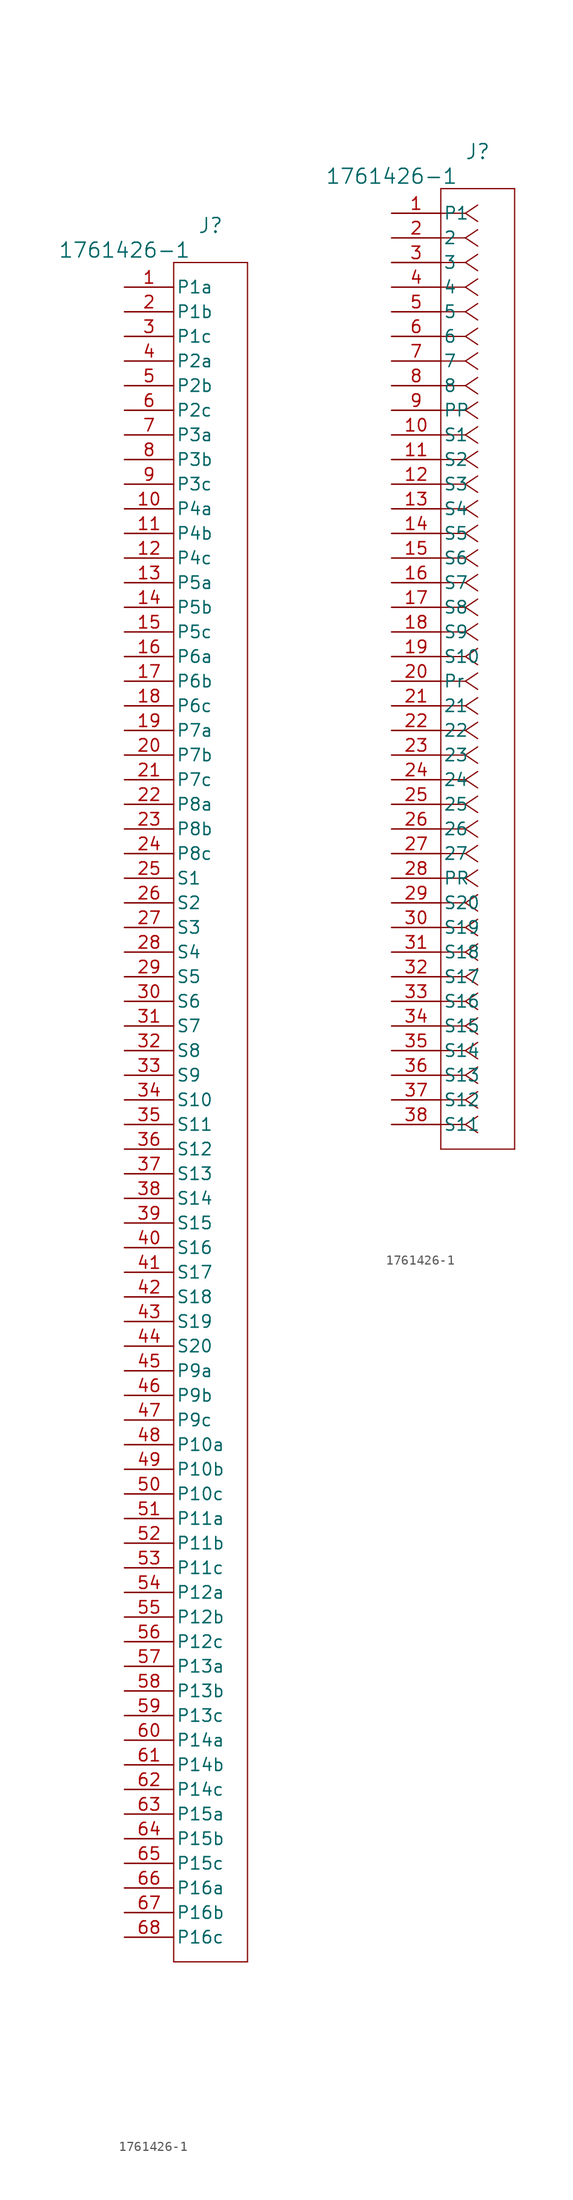
<source format=kicad_sym>
(kicad_symbol_lib
  (version 20220914)
  (generator kicad_symbol_editor)
  (symbol "1761426-1"
    (pin_names
      (offset 0.254))
    (property "Reference" "J"
      (at 8.89 6.35 0)
      (effects (font (size 1.524 1.524))))
    (property "Value" "1761426-1"
      (at 0 3.81 0)
      (effects (font (size 1.524 1.524))))
    (symbol "1761426-1_1_1"
      (polyline (pts (xy 5.08 -172.72) (xy 12.7 -172.72)) (stroke (width 0.127) (type default)) (fill (type none)))
      (polyline (pts (xy 5.08 2.54) (xy 5.08 -172.72)) (stroke (width 0.127) (type default)) (fill (type none)))
      (polyline (pts (xy 12.7 -172.72) (xy 12.7 2.54)) (stroke (width 0.127) (type default)) (fill (type none)))
      (polyline (pts (xy 12.7 2.54) (xy 5.08 2.54)) (stroke (width 0.127) (type default)) (fill (type none)))
      (pin unspecified line (at 0 0 0) (length 5.08) (name "P1a" (effects (font (size 1.27 1.27)))) (number "1" (effects (font (size 1.27 1.27)))))
      (pin unspecified line (at 0 -22.86 0) (length 5.08) (name "P4a" (effects (font (size 1.27 1.27)))) (number "10" (effects (font (size 1.27 1.27)))))
      (pin unspecified line (at 0 -25.4 0) (length 5.08) (name "P4b" (effects (font (size 1.27 1.27)))) (number "11" (effects (font (size 1.27 1.27)))))
      (pin unspecified line (at 0 -27.94 0) (length 5.08) (name "P4c" (effects (font (size 1.27 1.27)))) (number "12" (effects (font (size 1.27 1.27)))))
      (pin unspecified line (at 0 -30.48 0) (length 5.08) (name "P5a" (effects (font (size 1.27 1.27)))) (number "13" (effects (font (size 1.27 1.27)))))
      (pin unspecified line (at 0 -33.02 0) (length 5.08) (name "P5b" (effects (font (size 1.27 1.27)))) (number "14" (effects (font (size 1.27 1.27)))))
      (pin unspecified line (at 0 -35.56 0) (length 5.08) (name "P5c" (effects (font (size 1.27 1.27)))) (number "15" (effects (font (size 1.27 1.27)))))
      (pin unspecified line (at 0 -38.1 0) (length 5.08) (name "P6a" (effects (font (size 1.27 1.27)))) (number "16" (effects (font (size 1.27 1.27)))))
      (pin unspecified line (at 0 -40.64 0) (length 5.08) (name "P6b" (effects (font (size 1.27 1.27)))) (number "17" (effects (font (size 1.27 1.27)))))
      (pin unspecified line (at 0 -43.18 0) (length 5.08) (name "P6c" (effects (font (size 1.27 1.27)))) (number "18" (effects (font (size 1.27 1.27)))))
      (pin unspecified line (at 0 -45.72 0) (length 5.08) (name "P7a" (effects (font (size 1.27 1.27)))) (number "19" (effects (font (size 1.27 1.27)))))
      (pin unspecified line (at 0 -2.54 0) (length 5.08) (name "P1b" (effects (font (size 1.27 1.27)))) (number "2" (effects (font (size 1.27 1.27)))))
      (pin unspecified line (at 0 -48.26 0) (length 5.08) (name "P7b" (effects (font (size 1.27 1.27)))) (number "20" (effects (font (size 1.27 1.27)))))
      (pin unspecified line (at 0 -50.8 0) (length 5.08) (name "P7c" (effects (font (size 1.27 1.27)))) (number "21" (effects (font (size 1.27 1.27)))))
      (pin unspecified line (at 0 -53.34 0) (length 5.08) (name "P8a" (effects (font (size 1.27 1.27)))) (number "22" (effects (font (size 1.27 1.27)))))
      (pin unspecified line (at 0 -55.88 0) (length 5.08) (name "P8b" (effects (font (size 1.27 1.27)))) (number "23" (effects (font (size 1.27 1.27)))))
      (pin unspecified line (at 0 -58.42 0) (length 5.08) (name "P8c" (effects (font (size 1.27 1.27)))) (number "24" (effects (font (size 1.27 1.27)))))
      (pin unspecified line (at 0 -60.96 0) (length 5.08) (name "S1" (effects (font (size 1.27 1.27)))) (number "25" (effects (font (size 1.27 1.27)))))
      (pin unspecified line (at 0 -63.5 0) (length 5.08) (name "S2" (effects (font (size 1.27 1.27)))) (number "26" (effects (font (size 1.27 1.27)))))
      (pin unspecified line (at 0 -66.04 0) (length 5.08) (name "S3" (effects (font (size 1.27 1.27)))) (number "27" (effects (font (size 1.27 1.27)))))
      (pin unspecified line (at 0 -68.58 0) (length 5.08) (name "S4" (effects (font (size 1.27 1.27)))) (number "28" (effects (font (size 1.27 1.27)))))
      (pin unspecified line (at 0 -71.12 0) (length 5.08) (name "S5" (effects (font (size 1.27 1.27)))) (number "29" (effects (font (size 1.27 1.27)))))
      (pin unspecified line (at 0 -5.08 0) (length 5.08) (name "P1c" (effects (font (size 1.27 1.27)))) (number "3" (effects (font (size 1.27 1.27)))))
      (pin unspecified line (at 0 -73.66 0) (length 5.08) (name "S6" (effects (font (size 1.27 1.27)))) (number "30" (effects (font (size 1.27 1.27)))))
      (pin unspecified line (at 0 -76.2 0) (length 5.08) (name "S7" (effects (font (size 1.27 1.27)))) (number "31" (effects (font (size 1.27 1.27)))))
      (pin unspecified line (at 0 -78.74 0) (length 5.08) (name "S8" (effects (font (size 1.27 1.27)))) (number "32" (effects (font (size 1.27 1.27)))))
      (pin unspecified line (at 0 -81.28 0) (length 5.08) (name "S9" (effects (font (size 1.27 1.27)))) (number "33" (effects (font (size 1.27 1.27)))))
      (pin unspecified line (at 0 -83.82 0) (length 5.08) (name "S10" (effects (font (size 1.27 1.27)))) (number "34" (effects (font (size 1.27 1.27)))))
      (pin unspecified line (at 0 -86.36 0) (length 5.08) (name "S11" (effects (font (size 1.27 1.27)))) (number "35" (effects (font (size 1.27 1.27)))))
      (pin unspecified line (at 0 -88.9 0) (length 5.08) (name "S12" (effects (font (size 1.27 1.27)))) (number "36" (effects (font (size 1.27 1.27)))))
      (pin unspecified line (at 0 -91.44 0) (length 5.08) (name "S13" (effects (font (size 1.27 1.27)))) (number "37" (effects (font (size 1.27 1.27)))))
      (pin unspecified line (at 0 -93.98 0) (length 5.08) (name "S14" (effects (font (size 1.27 1.27)))) (number "38" (effects (font (size 1.27 1.27)))))
      (pin unspecified line (at 0 -96.52 0) (length 5.08) (name "S15" (effects (font (size 1.27 1.27)))) (number "39" (effects (font (size 1.27 1.27)))))
      (pin unspecified line (at 0 -7.62 0) (length 5.08) (name "P2a" (effects (font (size 1.27 1.27)))) (number "4" (effects (font (size 1.27 1.27)))))
      (pin unspecified line (at 0 -99.06 0) (length 5.08) (name "S16" (effects (font (size 1.27 1.27)))) (number "40" (effects (font (size 1.27 1.27)))))
      (pin unspecified line (at 0 -101.6 0) (length 5.08) (name "S17" (effects (font (size 1.27 1.27)))) (number "41" (effects (font (size 1.27 1.27)))))
      (pin unspecified line (at 0 -104.14 0) (length 5.08) (name "S18" (effects (font (size 1.27 1.27)))) (number "42" (effects (font (size 1.27 1.27)))))
      (pin unspecified line (at 0 -106.68 0) (length 5.08) (name "S19" (effects (font (size 1.27 1.27)))) (number "43" (effects (font (size 1.27 1.27)))))
      (pin unspecified line (at 0 -109.22 0) (length 5.08) (name "S20" (effects (font (size 1.27 1.27)))) (number "44" (effects (font (size 1.27 1.27)))))
      (pin unspecified line (at 0 -111.76 0) (length 5.08) (name "P9a" (effects (font (size 1.27 1.27)))) (number "45" (effects (font (size 1.27 1.27)))))
      (pin unspecified line (at 0 -114.3 0) (length 5.08) (name "P9b" (effects (font (size 1.27 1.27)))) (number "46" (effects (font (size 1.27 1.27)))))
      (pin unspecified line (at 0 -116.84 0) (length 5.08) (name "P9c" (effects (font (size 1.27 1.27)))) (number "47" (effects (font (size 1.27 1.27)))))
      (pin unspecified line (at 0 -119.38 0) (length 5.08) (name "P10a" (effects (font (size 1.27 1.27)))) (number "48" (effects (font (size 1.27 1.27)))))
      (pin unspecified line (at 0 -121.92 0) (length 5.08) (name "P10b" (effects (font (size 1.27 1.27)))) (number "49" (effects (font (size 1.27 1.27)))))
      (pin unspecified line (at 0 -10.16 0) (length 5.08) (name "P2b" (effects (font (size 1.27 1.27)))) (number "5" (effects (font (size 1.27 1.27)))))
      (pin unspecified line (at 0 -124.46 0) (length 5.08) (name "P10c" (effects (font (size 1.27 1.27)))) (number "50" (effects (font (size 1.27 1.27)))))
      (pin unspecified line (at 0 -127 0) (length 5.08) (name "P11a" (effects (font (size 1.27 1.27)))) (number "51" (effects (font (size 1.27 1.27)))))
      (pin unspecified line (at 0 -129.54 0) (length 5.08) (name "P11b" (effects (font (size 1.27 1.27)))) (number "52" (effects (font (size 1.27 1.27)))))
      (pin unspecified line (at 0 -132.08 0) (length 5.08) (name "P11c" (effects (font (size 1.27 1.27)))) (number "53" (effects (font (size 1.27 1.27)))))
      (pin unspecified line (at 0 -134.62 0) (length 5.08) (name "P12a" (effects (font (size 1.27 1.27)))) (number "54" (effects (font (size 1.27 1.27)))))
      (pin unspecified line (at 0 -137.16 0) (length 5.08) (name "P12b" (effects (font (size 1.27 1.27)))) (number "55" (effects (font (size 1.27 1.27)))))
      (pin unspecified line (at 0 -139.7 0) (length 5.08) (name "P12c" (effects (font (size 1.27 1.27)))) (number "56" (effects (font (size 1.27 1.27)))))
      (pin unspecified line (at 0 -142.24 0) (length 5.08) (name "P13a" (effects (font (size 1.27 1.27)))) (number "57" (effects (font (size 1.27 1.27)))))
      (pin unspecified line (at 0 -144.78 0) (length 5.08) (name "P13b" (effects (font (size 1.27 1.27)))) (number "58" (effects (font (size 1.27 1.27)))))
      (pin unspecified line (at 0 -147.32 0) (length 5.08) (name "P13c" (effects (font (size 1.27 1.27)))) (number "59" (effects (font (size 1.27 1.27)))))
      (pin unspecified line (at 0 -12.7 0) (length 5.08) (name "P2c" (effects (font (size 1.27 1.27)))) (number "6" (effects (font (size 1.27 1.27)))))
      (pin unspecified line (at 0 -149.86 0) (length 5.08) (name "P14a" (effects (font (size 1.27 1.27)))) (number "60" (effects (font (size 1.27 1.27)))))
      (pin unspecified line (at 0 -152.4 0) (length 5.08) (name "P14b" (effects (font (size 1.27 1.27)))) (number "61" (effects (font (size 1.27 1.27)))))
      (pin unspecified line (at 0 -154.94 0) (length 5.08) (name "P14c" (effects (font (size 1.27 1.27)))) (number "62" (effects (font (size 1.27 1.27)))))
      (pin unspecified line (at 0 -157.48 0) (length 5.08) (name "P15a" (effects (font (size 1.27 1.27)))) (number "63" (effects (font (size 1.27 1.27)))))
      (pin unspecified line (at 0 -160.02 0) (length 5.08) (name "P15b" (effects (font (size 1.27 1.27)))) (number "64" (effects (font (size 1.27 1.27)))))
      (pin unspecified line (at 0 -162.56 0) (length 5.08) (name "P15c" (effects (font (size 1.27 1.27)))) (number "65" (effects (font (size 1.27 1.27)))))
      (pin unspecified line (at 0 -165.1 0) (length 5.08) (name "P16a" (effects (font (size 1.27 1.27)))) (number "66" (effects (font (size 1.27 1.27)))))
      (pin unspecified line (at 0 -167.64 0) (length 5.08) (name "P16b" (effects (font (size 1.27 1.27)))) (number "67" (effects (font (size 1.27 1.27)))))
      (pin unspecified line (at 0 -170.18 0) (length 5.08) (name "P16c" (effects (font (size 1.27 1.27)))) (number "68" (effects (font (size 1.27 1.27)))))
      (pin unspecified line (at 0 -15.24 0) (length 5.08) (name "P3a" (effects (font (size 1.27 1.27)))) (number "7" (effects (font (size 1.27 1.27)))))
      (pin unspecified line (at 0 -17.78 0) (length 5.08) (name "P3b" (effects (font (size 1.27 1.27)))) (number "8" (effects (font (size 1.27 1.27)))))
      (pin unspecified line (at 0 -20.32 0) (length 5.08) (name "P3c" (effects (font (size 1.27 1.27)))) (number "9" (effects (font (size 1.27 1.27))))))
    (symbol "1761426-1_1_2"
      (polyline (pts (xy 5.08 -96.52) (xy 12.7 -96.52)) (stroke (width 0.127) (type default)) (fill (type none)))
      (polyline (pts (xy 5.08 2.54) (xy 5.08 -96.52)) (stroke (width 0.127) (type default)) (fill (type none)))
      (polyline (pts (xy 7.62 -93.98) (xy 5.08 -93.98)) (stroke (width 0.127) (type default)) (fill (type none)))
      (polyline (pts (xy 7.62 -93.98) (xy 8.89 -94.827)) (stroke (width 0.127) (type default)) (fill (type none)))
      (polyline (pts (xy 7.62 -93.98) (xy 8.89 -93.133)) (stroke (width 0.127) (type default)) (fill (type none)))
      (polyline (pts (xy 7.62 -91.44) (xy 5.08 -91.44)) (stroke (width 0.127) (type default)) (fill (type none)))
      (polyline (pts (xy 7.62 -91.44) (xy 8.89 -92.287)) (stroke (width 0.127) (type default)) (fill (type none)))
      (polyline (pts (xy 7.62 -91.44) (xy 8.89 -90.593)) (stroke (width 0.127) (type default)) (fill (type none)))
      (polyline (pts (xy 7.62 -88.9) (xy 5.08 -88.9)) (stroke (width 0.127) (type default)) (fill (type none)))
      (polyline (pts (xy 7.62 -88.9) (xy 8.89 -89.747)) (stroke (width 0.127) (type default)) (fill (type none)))
      (polyline (pts (xy 7.62 -88.9) (xy 8.89 -88.053)) (stroke (width 0.127) (type default)) (fill (type none)))
      (polyline (pts (xy 7.62 -86.36) (xy 5.08 -86.36)) (stroke (width 0.127) (type default)) (fill (type none)))
      (polyline (pts (xy 7.62 -86.36) (xy 8.89 -87.207)) (stroke (width 0.127) (type default)) (fill (type none)))
      (polyline (pts (xy 7.62 -86.36) (xy 8.89 -85.513)) (stroke (width 0.127) (type default)) (fill (type none)))
      (polyline (pts (xy 7.62 -83.82) (xy 5.08 -83.82)) (stroke (width 0.127) (type default)) (fill (type none)))
      (polyline (pts (xy 7.62 -83.82) (xy 8.89 -84.667)) (stroke (width 0.127) (type default)) (fill (type none)))
      (polyline (pts (xy 7.62 -83.82) (xy 8.89 -82.973)) (stroke (width 0.127) (type default)) (fill (type none)))
      (polyline (pts (xy 7.62 -81.28) (xy 5.08 -81.28)) (stroke (width 0.127) (type default)) (fill (type none)))
      (polyline (pts (xy 7.62 -81.28) (xy 8.89 -82.127)) (stroke (width 0.127) (type default)) (fill (type none)))
      (polyline (pts (xy 7.62 -81.28) (xy 8.89 -80.433)) (stroke (width 0.127) (type default)) (fill (type none)))
      (polyline (pts (xy 7.62 -78.74) (xy 5.08 -78.74)) (stroke (width 0.127) (type default)) (fill (type none)))
      (polyline (pts (xy 7.62 -78.74) (xy 8.89 -79.587)) (stroke (width 0.127) (type default)) (fill (type none)))
      (polyline (pts (xy 7.62 -78.74) (xy 8.89 -77.893)) (stroke (width 0.127) (type default)) (fill (type none)))
      (polyline (pts (xy 7.62 -76.2) (xy 5.08 -76.2)) (stroke (width 0.127) (type default)) (fill (type none)))
      (polyline (pts (xy 7.62 -76.2) (xy 8.89 -77.047)) (stroke (width 0.127) (type default)) (fill (type none)))
      (polyline (pts (xy 7.62 -76.2) (xy 8.89 -75.353)) (stroke (width 0.127) (type default)) (fill (type none)))
      (polyline (pts (xy 7.62 -73.66) (xy 5.08 -73.66)) (stroke (width 0.127) (type default)) (fill (type none)))
      (polyline (pts (xy 7.62 -73.66) (xy 8.89 -74.507)) (stroke (width 0.127) (type default)) (fill (type none)))
      (polyline (pts (xy 7.62 -73.66) (xy 8.89 -72.813)) (stroke (width 0.127) (type default)) (fill (type none)))
      (polyline (pts (xy 7.62 -71.12) (xy 5.08 -71.12)) (stroke (width 0.127) (type default)) (fill (type none)))
      (polyline (pts (xy 7.62 -71.12) (xy 8.89 -71.967)) (stroke (width 0.127) (type default)) (fill (type none)))
      (polyline (pts (xy 7.62 -71.12) (xy 8.89 -70.273)) (stroke (width 0.127) (type default)) (fill (type none)))
      (polyline (pts (xy 7.62 -68.58) (xy 5.08 -68.58)) (stroke (width 0.127) (type default)) (fill (type none)))
      (polyline (pts (xy 7.62 -68.58) (xy 8.89 -69.427)) (stroke (width 0.127) (type default)) (fill (type none)))
      (polyline (pts (xy 7.62 -68.58) (xy 8.89 -67.733)) (stroke (width 0.127) (type default)) (fill (type none)))
      (polyline (pts (xy 7.62 -66.04) (xy 5.08 -66.04)) (stroke (width 0.127) (type default)) (fill (type none)))
      (polyline (pts (xy 7.62 -66.04) (xy 8.89 -66.887)) (stroke (width 0.127) (type default)) (fill (type none)))
      (polyline (pts (xy 7.62 -66.04) (xy 8.89 -65.193)) (stroke (width 0.127) (type default)) (fill (type none)))
      (polyline (pts (xy 7.62 -63.5) (xy 5.08 -63.5)) (stroke (width 0.127) (type default)) (fill (type none)))
      (polyline (pts (xy 7.62 -63.5) (xy 8.89 -64.347)) (stroke (width 0.127) (type default)) (fill (type none)))
      (polyline (pts (xy 7.62 -63.5) (xy 8.89 -62.653)) (stroke (width 0.127) (type default)) (fill (type none)))
      (polyline (pts (xy 7.62 -60.96) (xy 5.08 -60.96)) (stroke (width 0.127) (type default)) (fill (type none)))
      (polyline (pts (xy 7.62 -60.96) (xy 8.89 -61.807)) (stroke (width 0.127) (type default)) (fill (type none)))
      (polyline (pts (xy 7.62 -60.96) (xy 8.89 -60.113)) (stroke (width 0.127) (type default)) (fill (type none)))
      (polyline (pts (xy 7.62 -58.42) (xy 5.08 -58.42)) (stroke (width 0.127) (type default)) (fill (type none)))
      (polyline (pts (xy 7.62 -58.42) (xy 8.89 -59.267)) (stroke (width 0.127) (type default)) (fill (type none)))
      (polyline (pts (xy 7.62 -58.42) (xy 8.89 -57.573)) (stroke (width 0.127) (type default)) (fill (type none)))
      (polyline (pts (xy 7.62 -55.88) (xy 5.08 -55.88)) (stroke (width 0.127) (type default)) (fill (type none)))
      (polyline (pts (xy 7.62 -55.88) (xy 8.89 -56.727)) (stroke (width 0.127) (type default)) (fill (type none)))
      (polyline (pts (xy 7.62 -55.88) (xy 8.89 -55.033)) (stroke (width 0.127) (type default)) (fill (type none)))
      (polyline (pts (xy 7.62 -53.34) (xy 5.08 -53.34)) (stroke (width 0.127) (type default)) (fill (type none)))
      (polyline (pts (xy 7.62 -53.34) (xy 8.89 -54.187)) (stroke (width 0.127) (type default)) (fill (type none)))
      (polyline (pts (xy 7.62 -53.34) (xy 8.89 -52.493)) (stroke (width 0.127) (type default)) (fill (type none)))
      (polyline (pts (xy 7.62 -50.8) (xy 5.08 -50.8)) (stroke (width 0.127) (type default)) (fill (type none)))
      (polyline (pts (xy 7.62 -50.8) (xy 8.89 -51.647)) (stroke (width 0.127) (type default)) (fill (type none)))
      (polyline (pts (xy 7.62 -50.8) (xy 8.89 -49.953)) (stroke (width 0.127) (type default)) (fill (type none)))
      (polyline (pts (xy 7.62 -48.26) (xy 5.08 -48.26)) (stroke (width 0.127) (type default)) (fill (type none)))
      (polyline (pts (xy 7.62 -48.26) (xy 8.89 -49.107)) (stroke (width 0.127) (type default)) (fill (type none)))
      (polyline (pts (xy 7.62 -48.26) (xy 8.89 -47.413)) (stroke (width 0.127) (type default)) (fill (type none)))
      (polyline (pts (xy 7.62 -45.72) (xy 5.08 -45.72)) (stroke (width 0.127) (type default)) (fill (type none)))
      (polyline (pts (xy 7.62 -45.72) (xy 8.89 -46.567)) (stroke (width 0.127) (type default)) (fill (type none)))
      (polyline (pts (xy 7.62 -45.72) (xy 8.89 -44.873)) (stroke (width 0.127) (type default)) (fill (type none)))
      (polyline (pts (xy 7.62 -43.18) (xy 5.08 -43.18)) (stroke (width 0.127) (type default)) (fill (type none)))
      (polyline (pts (xy 7.62 -43.18) (xy 8.89 -44.027)) (stroke (width 0.127) (type default)) (fill (type none)))
      (polyline (pts (xy 7.62 -43.18) (xy 8.89 -42.333)) (stroke (width 0.127) (type default)) (fill (type none)))
      (polyline (pts (xy 7.62 -40.64) (xy 5.08 -40.64)) (stroke (width 0.127) (type default)) (fill (type none)))
      (polyline (pts (xy 7.62 -40.64) (xy 8.89 -41.487)) (stroke (width 0.127) (type default)) (fill (type none)))
      (polyline (pts (xy 7.62 -40.64) (xy 8.89 -39.793)) (stroke (width 0.127) (type default)) (fill (type none)))
      (polyline (pts (xy 7.62 -38.1) (xy 5.08 -38.1)) (stroke (width 0.127) (type default)) (fill (type none)))
      (polyline (pts (xy 7.62 -38.1) (xy 8.89 -38.947)) (stroke (width 0.127) (type default)) (fill (type none)))
      (polyline (pts (xy 7.62 -38.1) (xy 8.89 -37.253)) (stroke (width 0.127) (type default)) (fill (type none)))
      (polyline (pts (xy 7.62 -35.56) (xy 5.08 -35.56)) (stroke (width 0.127) (type default)) (fill (type none)))
      (polyline (pts (xy 7.62 -35.56) (xy 8.89 -36.407)) (stroke (width 0.127) (type default)) (fill (type none)))
      (polyline (pts (xy 7.62 -35.56) (xy 8.89 -34.713)) (stroke (width 0.127) (type default)) (fill (type none)))
      (polyline (pts (xy 7.62 -33.02) (xy 5.08 -33.02)) (stroke (width 0.127) (type default)) (fill (type none)))
      (polyline (pts (xy 7.62 -33.02) (xy 8.89 -33.867)) (stroke (width 0.127) (type default)) (fill (type none)))
      (polyline (pts (xy 7.62 -33.02) (xy 8.89 -32.173)) (stroke (width 0.127) (type default)) (fill (type none)))
      (polyline (pts (xy 7.62 -30.48) (xy 5.08 -30.48)) (stroke (width 0.127) (type default)) (fill (type none)))
      (polyline (pts (xy 7.62 -30.48) (xy 8.89 -31.327)) (stroke (width 0.127) (type default)) (fill (type none)))
      (polyline (pts (xy 7.62 -30.48) (xy 8.89 -29.633)) (stroke (width 0.127) (type default)) (fill (type none)))
      (polyline (pts (xy 7.62 -27.94) (xy 5.08 -27.94)) (stroke (width 0.127) (type default)) (fill (type none)))
      (polyline (pts (xy 7.62 -27.94) (xy 8.89 -28.787)) (stroke (width 0.127) (type default)) (fill (type none)))
      (polyline (pts (xy 7.62 -27.94) (xy 8.89 -27.093)) (stroke (width 0.127) (type default)) (fill (type none)))
      (polyline (pts (xy 7.62 -25.4) (xy 5.08 -25.4)) (stroke (width 0.127) (type default)) (fill (type none)))
      (polyline (pts (xy 7.62 -25.4) (xy 8.89 -26.247)) (stroke (width 0.127) (type default)) (fill (type none)))
      (polyline (pts (xy 7.62 -25.4) (xy 8.89 -24.553)) (stroke (width 0.127) (type default)) (fill (type none)))
      (polyline (pts (xy 7.62 -22.86) (xy 5.08 -22.86)) (stroke (width 0.127) (type default)) (fill (type none)))
      (polyline (pts (xy 7.62 -22.86) (xy 8.89 -23.707)) (stroke (width 0.127) (type default)) (fill (type none)))
      (polyline (pts (xy 7.62 -22.86) (xy 8.89 -22.013)) (stroke (width 0.127) (type default)) (fill (type none)))
      (polyline (pts (xy 7.62 -20.32) (xy 5.08 -20.32)) (stroke (width 0.127) (type default)) (fill (type none)))
      (polyline (pts (xy 7.62 -20.32) (xy 8.89 -21.167)) (stroke (width 0.127) (type default)) (fill (type none)))
      (polyline (pts (xy 7.62 -20.32) (xy 8.89 -19.473)) (stroke (width 0.127) (type default)) (fill (type none)))
      (polyline (pts (xy 7.62 -17.78) (xy 5.08 -17.78)) (stroke (width 0.127) (type default)) (fill (type none)))
      (polyline (pts (xy 7.62 -17.78) (xy 8.89 -18.627)) (stroke (width 0.127) (type default)) (fill (type none)))
      (polyline (pts (xy 7.62 -17.78) (xy 8.89 -16.933)) (stroke (width 0.127) (type default)) (fill (type none)))
      (polyline (pts (xy 7.62 -15.24) (xy 5.08 -15.24)) (stroke (width 0.127) (type default)) (fill (type none)))
      (polyline (pts (xy 7.62 -15.24) (xy 8.89 -16.087)) (stroke (width 0.127) (type default)) (fill (type none)))
      (polyline (pts (xy 7.62 -15.24) (xy 8.89 -14.393)) (stroke (width 0.127) (type default)) (fill (type none)))
      (polyline (pts (xy 7.62 -12.7) (xy 5.08 -12.7)) (stroke (width 0.127) (type default)) (fill (type none)))
      (polyline (pts (xy 7.62 -12.7) (xy 8.89 -13.547)) (stroke (width 0.127) (type default)) (fill (type none)))
      (polyline (pts (xy 7.62 -12.7) (xy 8.89 -11.853)) (stroke (width 0.127) (type default)) (fill (type none)))
      (polyline (pts (xy 7.62 -10.16) (xy 5.08 -10.16)) (stroke (width 0.127) (type default)) (fill (type none)))
      (polyline (pts (xy 7.62 -10.16) (xy 8.89 -11.007)) (stroke (width 0.127) (type default)) (fill (type none)))
      (polyline (pts (xy 7.62 -10.16) (xy 8.89 -9.313)) (stroke (width 0.127) (type default)) (fill (type none)))
      (polyline (pts (xy 7.62 -7.62) (xy 5.08 -7.62)) (stroke (width 0.127) (type default)) (fill (type none)))
      (polyline (pts (xy 7.62 -7.62) (xy 8.89 -8.467)) (stroke (width 0.127) (type default)) (fill (type none)))
      (polyline (pts (xy 7.62 -7.62) (xy 8.89 -6.773)) (stroke (width 0.127) (type default)) (fill (type none)))
      (polyline (pts (xy 7.62 -5.08) (xy 5.08 -5.08)) (stroke (width 0.127) (type default)) (fill (type none)))
      (polyline (pts (xy 7.62 -5.08) (xy 8.89 -5.927)) (stroke (width 0.127) (type default)) (fill (type none)))
      (polyline (pts (xy 7.62 -5.08) (xy 8.89 -4.233)) (stroke (width 0.127) (type default)) (fill (type none)))
      (polyline (pts (xy 7.62 -2.54) (xy 5.08 -2.54)) (stroke (width 0.127) (type default)) (fill (type none)))
      (polyline (pts (xy 7.62 -2.54) (xy 8.89 -3.387)) (stroke (width 0.127) (type default)) (fill (type none)))
      (polyline (pts (xy 7.62 -2.54) (xy 8.89 -1.693)) (stroke (width 0.127) (type default)) (fill (type none)))
      (polyline (pts (xy 7.62 0) (xy 5.08 0)) (stroke (width 0.127) (type default)) (fill (type none)))
      (polyline (pts (xy 7.62 0) (xy 8.89 -0.847)) (stroke (width 0.127) (type default)) (fill (type none)))
      (polyline (pts (xy 7.62 0) (xy 8.89 0.847)) (stroke (width 0.127) (type default)) (fill (type none)))
      (polyline (pts (xy 12.7 -96.52) (xy 12.7 2.54)) (stroke (width 0.127) (type default)) (fill (type none)))
      (polyline (pts (xy 12.7 2.54) (xy 5.08 2.54)) (stroke (width 0.127) (type default)) (fill (type none)))
      (pin unspecified line (at 0 0 0) (length 5.08) (name "P1" (effects (font (size 1.27 1.27)))) (number "1" (effects (font (size 1.27 1.27)))))
      (pin unspecified line (at 0 -22.86 0) (length 5.08) (name "S1" (effects (font (size 1.27 1.27)))) (number "10" (effects (font (size 1.27 1.27)))))
      (pin unspecified line (at 0 -25.4 0) (length 5.08) (name "S2" (effects (font (size 1.27 1.27)))) (number "11" (effects (font (size 1.27 1.27)))))
      (pin unspecified line (at 0 -27.94 0) (length 5.08) (name "S3" (effects (font (size 1.27 1.27)))) (number "12" (effects (font (size 1.27 1.27)))))
      (pin unspecified line (at 0 -30.48 0) (length 5.08) (name "S4" (effects (font (size 1.27 1.27)))) (number "13" (effects (font (size 1.27 1.27)))))
      (pin unspecified line (at 0 -33.02 0) (length 5.08) (name "S5" (effects (font (size 1.27 1.27)))) (number "14" (effects (font (size 1.27 1.27)))))
      (pin unspecified line (at 0 -35.56 0) (length 5.08) (name "S6" (effects (font (size 1.27 1.27)))) (number "15" (effects (font (size 1.27 1.27)))))
      (pin unspecified line (at 0 -38.1 0) (length 5.08) (name "S7" (effects (font (size 1.27 1.27)))) (number "16" (effects (font (size 1.27 1.27)))))
      (pin unspecified line (at 0 -40.64 0) (length 5.08) (name "S8" (effects (font (size 1.27 1.27)))) (number "17" (effects (font (size 1.27 1.27)))))
      (pin unspecified line (at 0 -43.18 0) (length 5.08) (name "S9" (effects (font (size 1.27 1.27)))) (number "18" (effects (font (size 1.27 1.27)))))
      (pin unspecified line (at 0 -45.72 0) (length 5.08) (name "S10" (effects (font (size 1.27 1.27)))) (number "19" (effects (font (size 1.27 1.27)))))
      (pin unspecified line (at 0 -2.54 0) (length 5.08) (name "2" (effects (font (size 1.27 1.27)))) (number "2" (effects (font (size 1.27 1.27)))))
      (pin unspecified line (at 0 -48.26 0) (length 5.08) (name "Pr" (effects (font (size 1.27 1.27)))) (number "20" (effects (font (size 1.27 1.27)))))
      (pin unspecified line (at 0 -50.8 0) (length 5.08) (name "21" (effects (font (size 1.27 1.27)))) (number "21" (effects (font (size 1.27 1.27)))))
      (pin unspecified line (at 0 -53.34 0) (length 5.08) (name "22" (effects (font (size 1.27 1.27)))) (number "22" (effects (font (size 1.27 1.27)))))
      (pin unspecified line (at 0 -55.88 0) (length 5.08) (name "23" (effects (font (size 1.27 1.27)))) (number "23" (effects (font (size 1.27 1.27)))))
      (pin unspecified line (at 0 -58.42 0) (length 5.08) (name "24" (effects (font (size 1.27 1.27)))) (number "24" (effects (font (size 1.27 1.27)))))
      (pin unspecified line (at 0 -60.96 0) (length 5.08) (name "25" (effects (font (size 1.27 1.27)))) (number "25" (effects (font (size 1.27 1.27)))))
      (pin unspecified line (at 0 -63.5 0) (length 5.08) (name "26" (effects (font (size 1.27 1.27)))) (number "26" (effects (font (size 1.27 1.27)))))
      (pin unspecified line (at 0 -66.04 0) (length 5.08) (name "27" (effects (font (size 1.27 1.27)))) (number "27" (effects (font (size 1.27 1.27)))))
      (pin unspecified line (at 0 -68.58 0) (length 5.08) (name "PR" (effects (font (size 1.27 1.27)))) (number "28" (effects (font (size 1.27 1.27)))))
      (pin unspecified line (at 0 -71.12 0) (length 5.08) (name "S20" (effects (font (size 1.27 1.27)))) (number "29" (effects (font (size 1.27 1.27)))))
      (pin unspecified line (at 0 -5.08 0) (length 5.08) (name "3" (effects (font (size 1.27 1.27)))) (number "3" (effects (font (size 1.27 1.27)))))
      (pin unspecified line (at 0 -73.66 0) (length 5.08) (name "S19" (effects (font (size 1.27 1.27)))) (number "30" (effects (font (size 1.27 1.27)))))
      (pin unspecified line (at 0 -76.2 0) (length 5.08) (name "S18" (effects (font (size 1.27 1.27)))) (number "31" (effects (font (size 1.27 1.27)))))
      (pin unspecified line (at 0 -78.74 0) (length 5.08) (name "S17" (effects (font (size 1.27 1.27)))) (number "32" (effects (font (size 1.27 1.27)))))
      (pin unspecified line (at 0 -81.28 0) (length 5.08) (name "S16" (effects (font (size 1.27 1.27)))) (number "33" (effects (font (size 1.27 1.27)))))
      (pin unspecified line (at 0 -83.82 0) (length 5.08) (name "S15" (effects (font (size 1.27 1.27)))) (number "34" (effects (font (size 1.27 1.27)))))
      (pin unspecified line (at 0 -86.36 0) (length 5.08) (name "S14" (effects (font (size 1.27 1.27)))) (number "35" (effects (font (size 1.27 1.27)))))
      (pin unspecified line (at 0 -88.9 0) (length 5.08) (name "S13" (effects (font (size 1.27 1.27)))) (number "36" (effects (font (size 1.27 1.27)))))
      (pin unspecified line (at 0 -91.44 0) (length 5.08) (name "S12" (effects (font (size 1.27 1.27)))) (number "37" (effects (font (size 1.27 1.27)))))
      (pin unspecified line (at 0 -93.98 0) (length 5.08) (name "S11" (effects (font (size 1.27 1.27)))) (number "38" (effects (font (size 1.27 1.27)))))
      (pin unspecified line (at 0 -7.62 0) (length 5.08) (name "4" (effects (font (size 1.27 1.27)))) (number "4" (effects (font (size 1.27 1.27)))))
      (pin unspecified line (at 0 -10.16 0) (length 5.08) (name "5" (effects (font (size 1.27 1.27)))) (number "5" (effects (font (size 1.27 1.27)))))
      (pin unspecified line (at 0 -12.7 0) (length 5.08) (name "6" (effects (font (size 1.27 1.27)))) (number "6" (effects (font (size 1.27 1.27)))))
      (pin unspecified line (at 0 -15.24 0) (length 5.08) (name "7" (effects (font (size 1.27 1.27)))) (number "7" (effects (font (size 1.27 1.27)))))
      (pin unspecified line (at 0 -17.78 0) (length 5.08) (name "8" (effects (font (size 1.27 1.27)))) (number "8" (effects (font (size 1.27 1.27)))))
      (pin unspecified line (at 0 -20.32 0) (length 5.08) (name "PP" (effects (font (size 1.27 1.27)))) (number "9" (effects (font (size 1.27 1.27))))))))
</source>
